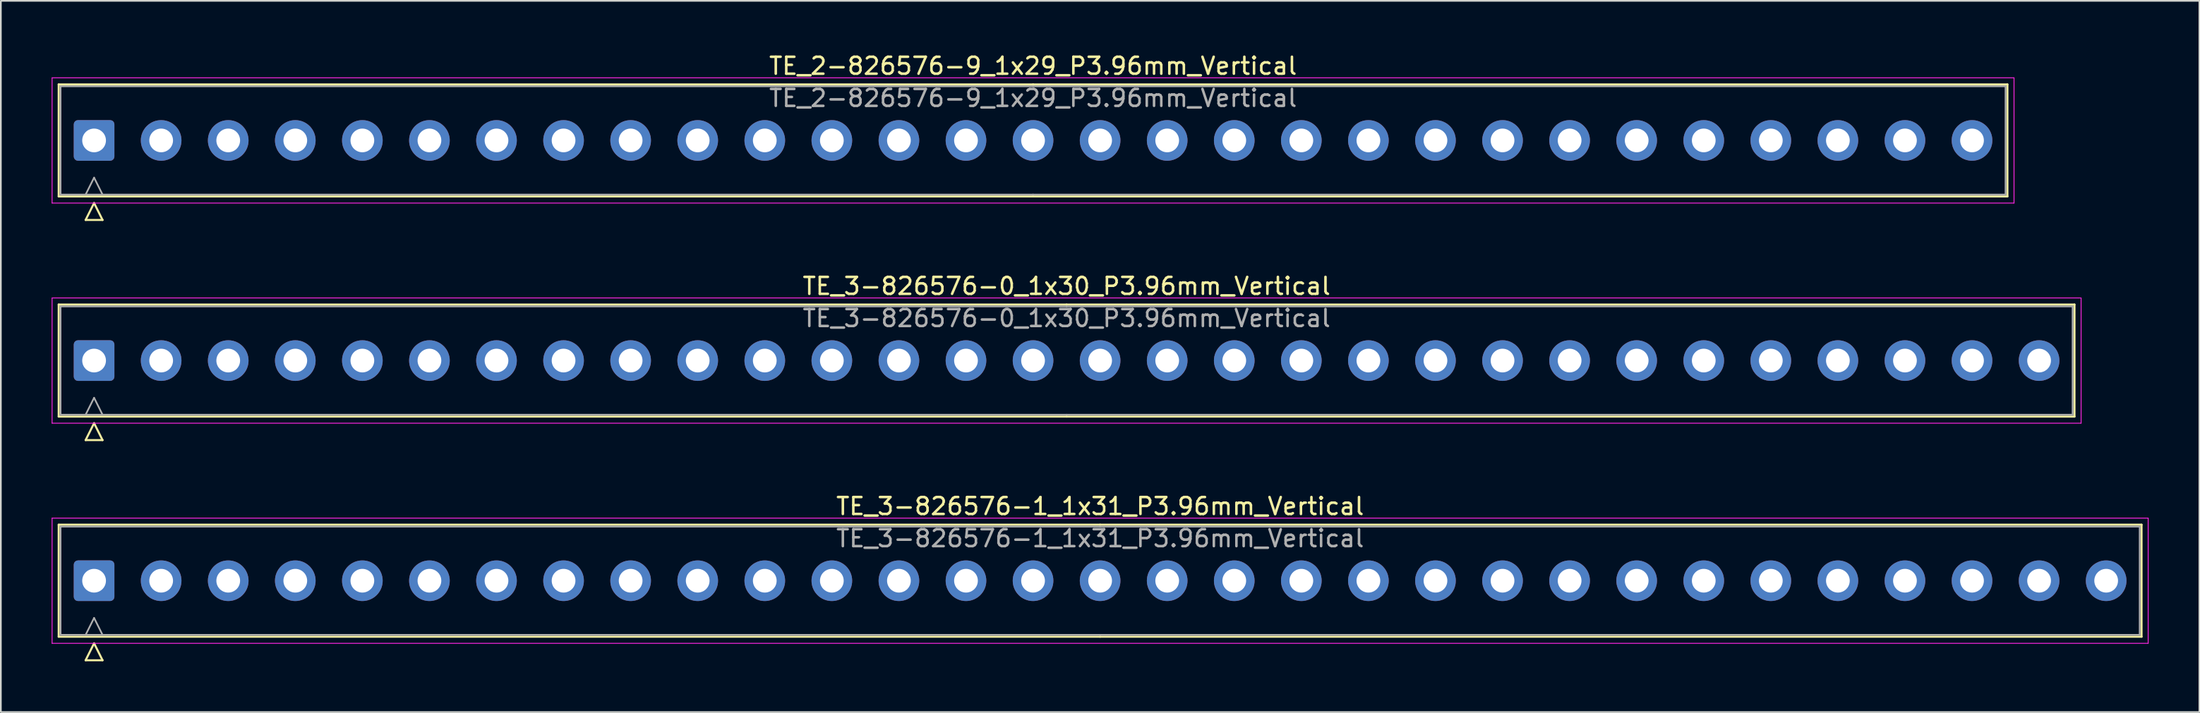
<source format=kicad_pcb>
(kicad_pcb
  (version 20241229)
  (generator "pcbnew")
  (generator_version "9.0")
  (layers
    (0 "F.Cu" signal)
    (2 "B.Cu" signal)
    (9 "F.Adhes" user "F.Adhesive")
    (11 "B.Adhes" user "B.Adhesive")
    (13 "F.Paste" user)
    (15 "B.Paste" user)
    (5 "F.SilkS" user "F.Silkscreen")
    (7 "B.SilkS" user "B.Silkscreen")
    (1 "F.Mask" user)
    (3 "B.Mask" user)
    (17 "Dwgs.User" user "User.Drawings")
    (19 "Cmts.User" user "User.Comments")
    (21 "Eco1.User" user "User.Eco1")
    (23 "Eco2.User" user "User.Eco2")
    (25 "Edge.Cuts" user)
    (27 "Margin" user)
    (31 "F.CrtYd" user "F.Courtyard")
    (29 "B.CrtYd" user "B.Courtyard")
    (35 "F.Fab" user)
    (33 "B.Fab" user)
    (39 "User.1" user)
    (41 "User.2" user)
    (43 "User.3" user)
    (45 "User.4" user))
  (footprint "TE_3-826576-0_1x30_P3.96mm_Vertical"
    (layer "F.Cu")
    (at 2.505 18.256)
    (property "Reference" "TE_3-826576-0_1x30_P3.96mm_Vertical" (at 57.42 -4.4 0) (layer "F.SilkS") (effects (font (size 1 1) (thickness 0.15))))
    (attr through_hole)
    (fp_line (start -2.09 -3.31) (end -2.09 3.31) (stroke (width 0.12) (type solid)) (layer "F.SilkS"))
    (fp_line (start -2.09 3.31) (end 57.42 3.31) (stroke (width 0.12) (type solid)) (layer "F.SilkS"))
    (fp_line (start -0.5 4.7) (end 0 3.7) (stroke (width 0.12) (type solid)) (layer "F.SilkS"))
    (fp_line (start 0 3.7) (end 0.5 4.7) (stroke (width 0.12) (type solid)) (layer "F.SilkS"))
    (fp_line (start 0.5 4.7) (end -0.5 4.7) (stroke (width 0.12) (type solid)) (layer "F.SilkS"))
    (fp_line (start 57.42 -3.31) (end -2.09 -3.31) (stroke (width 0.12) (type solid)) (layer "F.SilkS"))
    (fp_line (start 57.42 -3.31) (end 116.93 -3.31) (stroke (width 0.12) (type solid)) (layer "F.SilkS"))
    (fp_line (start 116.93 -3.31) (end 116.93 3.31) (stroke (width 0.12) (type solid)) (layer "F.SilkS"))
    (fp_line (start 116.93 3.31) (end 57.42 3.31) (stroke (width 0.12) (type solid)) (layer "F.SilkS"))
    (fp_line (start -2.48 -3.7) (end -2.48 3.7) (stroke (width 0.05) (type solid)) (layer "F.CrtYd"))
    (fp_line (start -2.48 3.7) (end 117.32 3.7) (stroke (width 0.05) (type solid)) (layer "F.CrtYd"))
    (fp_line (start 117.32 -3.7) (end -2.48 -3.7) (stroke (width 0.05) (type solid)) (layer "F.CrtYd"))
    (fp_line (start 117.32 3.7) (end 117.32 -3.7) (stroke (width 0.05) (type solid)) (layer "F.CrtYd"))
    (fp_line (start -1.98 -3.2) (end -1.98 3.2) (stroke (width 0.1) (type solid)) (layer "F.Fab"))
    (fp_line (start -1.98 3.2) (end 57.42 3.2) (stroke (width 0.1) (type solid)) (layer "F.Fab"))
    (fp_line (start -0.5 3.2) (end 0 2.2) (stroke (width 0.1) (type solid)) (layer "F.Fab"))
    (fp_line (start 0 2.2) (end 0.5 3.2) (stroke (width 0.1) (type solid)) (layer "F.Fab"))
    (fp_line (start 57.42 -3.2) (end -1.98 -3.2) (stroke (width 0.1) (type solid)) (layer "F.Fab"))
    (fp_line (start 57.42 -3.2) (end 116.82 -3.2) (stroke (width 0.1) (type solid)) (layer "F.Fab"))
    (fp_line (start 116.82 -3.2) (end 116.82 3.2) (stroke (width 0.1) (type solid)) (layer "F.Fab"))
    (fp_line (start 116.82 3.2) (end 57.42 3.2) (stroke (width 0.1) (type solid)) (layer "F.Fab"))
    (fp_text user "${REFERENCE}" (at 57.42 -2.5 0) (layer "F.Fab") (effects (font (size 1 1) (thickness 0.15))))
    (pad "1" thru_hole roundrect (at 0 0) (size 2.4 2.4) (drill 1.4) (layers "*.Cu" "*.Mask") (roundrect_rratio 0.104))
    (pad "2" thru_hole circle (at 3.96 0) (size 2.4 2.4) (drill 1.4) (layers "*.Cu" "*.Mask"))
    (pad "3" thru_hole circle (at 7.92 0) (size 2.4 2.4) (drill 1.4) (layers "*.Cu" "*.Mask"))
    (pad "4" thru_hole circle (at 11.88 0) (size 2.4 2.4) (drill 1.4) (layers "*.Cu" "*.Mask"))
    (pad "5" thru_hole circle (at 15.84 0) (size 2.4 2.4) (drill 1.4) (layers "*.Cu" "*.Mask"))
    (pad "6" thru_hole circle (at 19.8 0) (size 2.4 2.4) (drill 1.4) (layers "*.Cu" "*.Mask"))
    (pad "7" thru_hole circle (at 23.76 0) (size 2.4 2.4) (drill 1.4) (layers "*.Cu" "*.Mask"))
    (pad "8" thru_hole circle (at 27.72 0) (size 2.4 2.4) (drill 1.4) (layers "*.Cu" "*.Mask"))
    (pad "9" thru_hole circle (at 31.68 0) (size 2.4 2.4) (drill 1.4) (layers "*.Cu" "*.Mask"))
    (pad "10" thru_hole circle (at 35.64 0) (size 2.4 2.4) (drill 1.4) (layers "*.Cu" "*.Mask"))
    (pad "11" thru_hole circle (at 39.6 0) (size 2.4 2.4) (drill 1.4) (layers "*.Cu" "*.Mask"))
    (pad "12" thru_hole circle (at 43.56 0) (size 2.4 2.4) (drill 1.4) (layers "*.Cu" "*.Mask"))
    (pad "13" thru_hole circle (at 47.52 0) (size 2.4 2.4) (drill 1.4) (layers "*.Cu" "*.Mask"))
    (pad "14" thru_hole circle (at 51.48 0) (size 2.4 2.4) (drill 1.4) (layers "*.Cu" "*.Mask"))
    (pad "15" thru_hole circle (at 55.44 0) (size 2.4 2.4) (drill 1.4) (layers "*.Cu" "*.Mask"))
    (pad "16" thru_hole circle (at 59.4 0) (size 2.4 2.4) (drill 1.4) (layers "*.Cu" "*.Mask"))
    (pad "17" thru_hole circle (at 63.36 0) (size 2.4 2.4) (drill 1.4) (layers "*.Cu" "*.Mask"))
    (pad "18" thru_hole circle (at 67.32 0) (size 2.4 2.4) (drill 1.4) (layers "*.Cu" "*.Mask"))
    (pad "19" thru_hole circle (at 71.28 0) (size 2.4 2.4) (drill 1.4) (layers "*.Cu" "*.Mask"))
    (pad "20" thru_hole circle (at 75.24 0) (size 2.4 2.4) (drill 1.4) (layers "*.Cu" "*.Mask"))
    (pad "21" thru_hole circle (at 79.2 0) (size 2.4 2.4) (drill 1.4) (layers "*.Cu" "*.Mask"))
    (pad "22" thru_hole circle (at 83.16 0) (size 2.4 2.4) (drill 1.4) (layers "*.Cu" "*.Mask"))
    (pad "23" thru_hole circle (at 87.12 0) (size 2.4 2.4) (drill 1.4) (layers "*.Cu" "*.Mask"))
    (pad "24" thru_hole circle (at 91.08 0) (size 2.4 2.4) (drill 1.4) (layers "*.Cu" "*.Mask"))
    (pad "25" thru_hole circle (at 95.04 0) (size 2.4 2.4) (drill 1.4) (layers "*.Cu" "*.Mask"))
    (pad "26" thru_hole circle (at 99 0) (size 2.4 2.4) (drill 1.4) (layers "*.Cu" "*.Mask"))
    (pad "27" thru_hole circle (at 102.96 0) (size 2.4 2.4) (drill 1.4) (layers "*.Cu" "*.Mask"))
    (pad "28" thru_hole circle (at 106.92 0) (size 2.4 2.4) (drill 1.4) (layers "*.Cu" "*.Mask"))
    (pad "29" thru_hole circle (at 110.88 0) (size 2.4 2.4) (drill 1.4) (layers "*.Cu" "*.Mask"))
    (pad "30" thru_hole circle (at 114.84 0) (size 2.4 2.4) (drill 1.4) (layers "*.Cu" "*.Mask")))
  (footprint "TE_3-826576-1_1x31_P3.96mm_Vertical"
    (layer "F.Cu")
    (at 2.505 31.265)
    (property "Reference" "TE_3-826576-1_1x31_P3.96mm_Vertical" (at 59.4 -4.4 0) (layer "F.SilkS") (effects (font (size 1 1) (thickness 0.15))))
    (attr through_hole)
    (fp_line (start -2.09 -3.31) (end -2.09 3.31) (stroke (width 0.12) (type solid)) (layer "F.SilkS"))
    (fp_line (start -2.09 3.31) (end 59.4 3.31) (stroke (width 0.12) (type solid)) (layer "F.SilkS"))
    (fp_line (start -0.5 4.7) (end 0 3.7) (stroke (width 0.12) (type solid)) (layer "F.SilkS"))
    (fp_line (start 0 3.7) (end 0.5 4.7) (stroke (width 0.12) (type solid)) (layer "F.SilkS"))
    (fp_line (start 0.5 4.7) (end -0.5 4.7) (stroke (width 0.12) (type solid)) (layer "F.SilkS"))
    (fp_line (start 59.4 -3.31) (end -2.09 -3.31) (stroke (width 0.12) (type solid)) (layer "F.SilkS"))
    (fp_line (start 59.4 -3.31) (end 120.89 -3.31) (stroke (width 0.12) (type solid)) (layer "F.SilkS"))
    (fp_line (start 120.89 -3.31) (end 120.89 3.31) (stroke (width 0.12) (type solid)) (layer "F.SilkS"))
    (fp_line (start 120.89 3.31) (end 59.4 3.31) (stroke (width 0.12) (type solid)) (layer "F.SilkS"))
    (fp_line (start -2.48 -3.7) (end -2.48 3.7) (stroke (width 0.05) (type solid)) (layer "F.CrtYd"))
    (fp_line (start -2.48 3.7) (end 121.28 3.7) (stroke (width 0.05) (type solid)) (layer "F.CrtYd"))
    (fp_line (start 121.28 -3.7) (end -2.48 -3.7) (stroke (width 0.05) (type solid)) (layer "F.CrtYd"))
    (fp_line (start 121.28 3.7) (end 121.28 -3.7) (stroke (width 0.05) (type solid)) (layer "F.CrtYd"))
    (fp_line (start -1.98 -3.2) (end -1.98 3.2) (stroke (width 0.1) (type solid)) (layer "F.Fab"))
    (fp_line (start -1.98 3.2) (end 59.4 3.2) (stroke (width 0.1) (type solid)) (layer "F.Fab"))
    (fp_line (start -0.5 3.2) (end 0 2.2) (stroke (width 0.1) (type solid)) (layer "F.Fab"))
    (fp_line (start 0 2.2) (end 0.5 3.2) (stroke (width 0.1) (type solid)) (layer "F.Fab"))
    (fp_line (start 59.4 -3.2) (end -1.98 -3.2) (stroke (width 0.1) (type solid)) (layer "F.Fab"))
    (fp_line (start 59.4 -3.2) (end 120.78 -3.2) (stroke (width 0.1) (type solid)) (layer "F.Fab"))
    (fp_line (start 120.78 -3.2) (end 120.78 3.2) (stroke (width 0.1) (type solid)) (layer "F.Fab"))
    (fp_line (start 120.78 3.2) (end 59.4 3.2) (stroke (width 0.1) (type solid)) (layer "F.Fab"))
    (fp_text user "${REFERENCE}" (at 59.4 -2.5 0) (layer "F.Fab") (effects (font (size 1 1) (thickness 0.15))))
    (pad "1" thru_hole roundrect (at 0 0) (size 2.4 2.4) (drill 1.4) (layers "*.Cu" "*.Mask") (roundrect_rratio 0.104))
    (pad "2" thru_hole circle (at 3.96 0) (size 2.4 2.4) (drill 1.4) (layers "*.Cu" "*.Mask"))
    (pad "3" thru_hole circle (at 7.92 0) (size 2.4 2.4) (drill 1.4) (layers "*.Cu" "*.Mask"))
    (pad "4" thru_hole circle (at 11.88 0) (size 2.4 2.4) (drill 1.4) (layers "*.Cu" "*.Mask"))
    (pad "5" thru_hole circle (at 15.84 0) (size 2.4 2.4) (drill 1.4) (layers "*.Cu" "*.Mask"))
    (pad "6" thru_hole circle (at 19.8 0) (size 2.4 2.4) (drill 1.4) (layers "*.Cu" "*.Mask"))
    (pad "7" thru_hole circle (at 23.76 0) (size 2.4 2.4) (drill 1.4) (layers "*.Cu" "*.Mask"))
    (pad "8" thru_hole circle (at 27.72 0) (size 2.4 2.4) (drill 1.4) (layers "*.Cu" "*.Mask"))
    (pad "9" thru_hole circle (at 31.68 0) (size 2.4 2.4) (drill 1.4) (layers "*.Cu" "*.Mask"))
    (pad "10" thru_hole circle (at 35.64 0) (size 2.4 2.4) (drill 1.4) (layers "*.Cu" "*.Mask"))
    (pad "11" thru_hole circle (at 39.6 0) (size 2.4 2.4) (drill 1.4) (layers "*.Cu" "*.Mask"))
    (pad "12" thru_hole circle (at 43.56 0) (size 2.4 2.4) (drill 1.4) (layers "*.Cu" "*.Mask"))
    (pad "13" thru_hole circle (at 47.52 0) (size 2.4 2.4) (drill 1.4) (layers "*.Cu" "*.Mask"))
    (pad "14" thru_hole circle (at 51.48 0) (size 2.4 2.4) (drill 1.4) (layers "*.Cu" "*.Mask"))
    (pad "15" thru_hole circle (at 55.44 0) (size 2.4 2.4) (drill 1.4) (layers "*.Cu" "*.Mask"))
    (pad "16" thru_hole circle (at 59.4 0) (size 2.4 2.4) (drill 1.4) (layers "*.Cu" "*.Mask"))
    (pad "17" thru_hole circle (at 63.36 0) (size 2.4 2.4) (drill 1.4) (layers "*.Cu" "*.Mask"))
    (pad "18" thru_hole circle (at 67.32 0) (size 2.4 2.4) (drill 1.4) (layers "*.Cu" "*.Mask"))
    (pad "19" thru_hole circle (at 71.28 0) (size 2.4 2.4) (drill 1.4) (layers "*.Cu" "*.Mask"))
    (pad "20" thru_hole circle (at 75.24 0) (size 2.4 2.4) (drill 1.4) (layers "*.Cu" "*.Mask"))
    (pad "21" thru_hole circle (at 79.2 0) (size 2.4 2.4) (drill 1.4) (layers "*.Cu" "*.Mask"))
    (pad "22" thru_hole circle (at 83.16 0) (size 2.4 2.4) (drill 1.4) (layers "*.Cu" "*.Mask"))
    (pad "23" thru_hole circle (at 87.12 0) (size 2.4 2.4) (drill 1.4) (layers "*.Cu" "*.Mask"))
    (pad "24" thru_hole circle (at 91.08 0) (size 2.4 2.4) (drill 1.4) (layers "*.Cu" "*.Mask"))
    (pad "25" thru_hole circle (at 95.04 0) (size 2.4 2.4) (drill 1.4) (layers "*.Cu" "*.Mask"))
    (pad "26" thru_hole circle (at 99 0) (size 2.4 2.4) (drill 1.4) (layers "*.Cu" "*.Mask"))
    (pad "27" thru_hole circle (at 102.96 0) (size 2.4 2.4) (drill 1.4) (layers "*.Cu" "*.Mask"))
    (pad "28" thru_hole circle (at 106.92 0) (size 2.4 2.4) (drill 1.4) (layers "*.Cu" "*.Mask"))
    (pad "29" thru_hole circle (at 110.88 0) (size 2.4 2.4) (drill 1.4) (layers "*.Cu" "*.Mask"))
    (pad "30" thru_hole circle (at 114.84 0) (size 2.4 2.4) (drill 1.4) (layers "*.Cu" "*.Mask"))
    (pad "31" thru_hole circle (at 118.8 0) (size 2.4 2.4) (drill 1.4) (layers "*.Cu" "*.Mask")))
  (footprint "TE_2-826576-9_1x29_P3.96mm_Vertical"
    (layer "F.Cu")
    (at 2.505 5.248)
    (property "Reference" "TE_2-826576-9_1x29_P3.96mm_Vertical" (at 55.44 -4.4 0) (layer "F.SilkS") (effects (font (size 1 1) (thickness 0.15))))
    (attr through_hole)
    (fp_line (start -2.09 -3.31) (end -2.09 3.31) (stroke (width 0.12) (type solid)) (layer "F.SilkS"))
    (fp_line (start -2.09 3.31) (end 55.44 3.31) (stroke (width 0.12) (type solid)) (layer "F.SilkS"))
    (fp_line (start -0.5 4.7) (end 0 3.7) (stroke (width 0.12) (type solid)) (layer "F.SilkS"))
    (fp_line (start 0 3.7) (end 0.5 4.7) (stroke (width 0.12) (type solid)) (layer "F.SilkS"))
    (fp_line (start 0.5 4.7) (end -0.5 4.7) (stroke (width 0.12) (type solid)) (layer "F.SilkS"))
    (fp_line (start 55.44 -3.31) (end -2.09 -3.31) (stroke (width 0.12) (type solid)) (layer "F.SilkS"))
    (fp_line (start 55.44 -3.31) (end 112.97 -3.31) (stroke (width 0.12) (type solid)) (layer "F.SilkS"))
    (fp_line (start 112.97 -3.31) (end 112.97 3.31) (stroke (width 0.12) (type solid)) (layer "F.SilkS"))
    (fp_line (start 112.97 3.31) (end 55.44 3.31) (stroke (width 0.12) (type solid)) (layer "F.SilkS"))
    (fp_line (start -2.48 -3.7) (end -2.48 3.7) (stroke (width 0.05) (type solid)) (layer "F.CrtYd"))
    (fp_line (start -2.48 3.7) (end 113.36 3.7) (stroke (width 0.05) (type solid)) (layer "F.CrtYd"))
    (fp_line (start 113.36 -3.7) (end -2.48 -3.7) (stroke (width 0.05) (type solid)) (layer "F.CrtYd"))
    (fp_line (start 113.36 3.7) (end 113.36 -3.7) (stroke (width 0.05) (type solid)) (layer "F.CrtYd"))
    (fp_line (start -1.98 -3.2) (end -1.98 3.2) (stroke (width 0.1) (type solid)) (layer "F.Fab"))
    (fp_line (start -1.98 3.2) (end 55.44 3.2) (stroke (width 0.1) (type solid)) (layer "F.Fab"))
    (fp_line (start -0.5 3.2) (end 0 2.2) (stroke (width 0.1) (type solid)) (layer "F.Fab"))
    (fp_line (start 0 2.2) (end 0.5 3.2) (stroke (width 0.1) (type solid)) (layer "F.Fab"))
    (fp_line (start 55.44 -3.2) (end -1.98 -3.2) (stroke (width 0.1) (type solid)) (layer "F.Fab"))
    (fp_line (start 55.44 -3.2) (end 112.86 -3.2) (stroke (width 0.1) (type solid)) (layer "F.Fab"))
    (fp_line (start 112.86 -3.2) (end 112.86 3.2) (stroke (width 0.1) (type solid)) (layer "F.Fab"))
    (fp_line (start 112.86 3.2) (end 55.44 3.2) (stroke (width 0.1) (type solid)) (layer "F.Fab"))
    (fp_text user "${REFERENCE}" (at 55.44 -2.5 0) (layer "F.Fab") (effects (font (size 1 1) (thickness 0.15))))
    (pad "1" thru_hole roundrect (at 0 0) (size 2.4 2.4) (drill 1.4) (layers "*.Cu" "*.Mask") (roundrect_rratio 0.104))
    (pad "2" thru_hole circle (at 3.96 0) (size 2.4 2.4) (drill 1.4) (layers "*.Cu" "*.Mask"))
    (pad "3" thru_hole circle (at 7.92 0) (size 2.4 2.4) (drill 1.4) (layers "*.Cu" "*.Mask"))
    (pad "4" thru_hole circle (at 11.88 0) (size 2.4 2.4) (drill 1.4) (layers "*.Cu" "*.Mask"))
    (pad "5" thru_hole circle (at 15.84 0) (size 2.4 2.4) (drill 1.4) (layers "*.Cu" "*.Mask"))
    (pad "6" thru_hole circle (at 19.8 0) (size 2.4 2.4) (drill 1.4) (layers "*.Cu" "*.Mask"))
    (pad "7" thru_hole circle (at 23.76 0) (size 2.4 2.4) (drill 1.4) (layers "*.Cu" "*.Mask"))
    (pad "8" thru_hole circle (at 27.72 0) (size 2.4 2.4) (drill 1.4) (layers "*.Cu" "*.Mask"))
    (pad "9" thru_hole circle (at 31.68 0) (size 2.4 2.4) (drill 1.4) (layers "*.Cu" "*.Mask"))
    (pad "10" thru_hole circle (at 35.64 0) (size 2.4 2.4) (drill 1.4) (layers "*.Cu" "*.Mask"))
    (pad "11" thru_hole circle (at 39.6 0) (size 2.4 2.4) (drill 1.4) (layers "*.Cu" "*.Mask"))
    (pad "12" thru_hole circle (at 43.56 0) (size 2.4 2.4) (drill 1.4) (layers "*.Cu" "*.Mask"))
    (pad "13" thru_hole circle (at 47.52 0) (size 2.4 2.4) (drill 1.4) (layers "*.Cu" "*.Mask"))
    (pad "14" thru_hole circle (at 51.48 0) (size 2.4 2.4) (drill 1.4) (layers "*.Cu" "*.Mask"))
    (pad "15" thru_hole circle (at 55.44 0) (size 2.4 2.4) (drill 1.4) (layers "*.Cu" "*.Mask"))
    (pad "16" thru_hole circle (at 59.4 0) (size 2.4 2.4) (drill 1.4) (layers "*.Cu" "*.Mask"))
    (pad "17" thru_hole circle (at 63.36 0) (size 2.4 2.4) (drill 1.4) (layers "*.Cu" "*.Mask"))
    (pad "18" thru_hole circle (at 67.32 0) (size 2.4 2.4) (drill 1.4) (layers "*.Cu" "*.Mask"))
    (pad "19" thru_hole circle (at 71.28 0) (size 2.4 2.4) (drill 1.4) (layers "*.Cu" "*.Mask"))
    (pad "20" thru_hole circle (at 75.24 0) (size 2.4 2.4) (drill 1.4) (layers "*.Cu" "*.Mask"))
    (pad "21" thru_hole circle (at 79.2 0) (size 2.4 2.4) (drill 1.4) (layers "*.Cu" "*.Mask"))
    (pad "22" thru_hole circle (at 83.16 0) (size 2.4 2.4) (drill 1.4) (layers "*.Cu" "*.Mask"))
    (pad "23" thru_hole circle (at 87.12 0) (size 2.4 2.4) (drill 1.4) (layers "*.Cu" "*.Mask"))
    (pad "24" thru_hole circle (at 91.08 0) (size 2.4 2.4) (drill 1.4) (layers "*.Cu" "*.Mask"))
    (pad "25" thru_hole circle (at 95.04 0) (size 2.4 2.4) (drill 1.4) (layers "*.Cu" "*.Mask"))
    (pad "26" thru_hole circle (at 99 0) (size 2.4 2.4) (drill 1.4) (layers "*.Cu" "*.Mask"))
    (pad "27" thru_hole circle (at 102.96 0) (size 2.4 2.4) (drill 1.4) (layers "*.Cu" "*.Mask"))
    (pad "28" thru_hole circle (at 106.92 0) (size 2.4 2.4) (drill 1.4) (layers "*.Cu" "*.Mask"))
    (pad "29" thru_hole circle (at 110.88 0) (size 2.4 2.4) (drill 1.4) (layers "*.Cu" "*.Mask")))
  (gr_rect
    (start -3 -3)
    (end 126.81 39.025)
    (stroke (width 0.1) (type default))
    (fill no)
    (layer "Edge.Cuts")))
</source>
